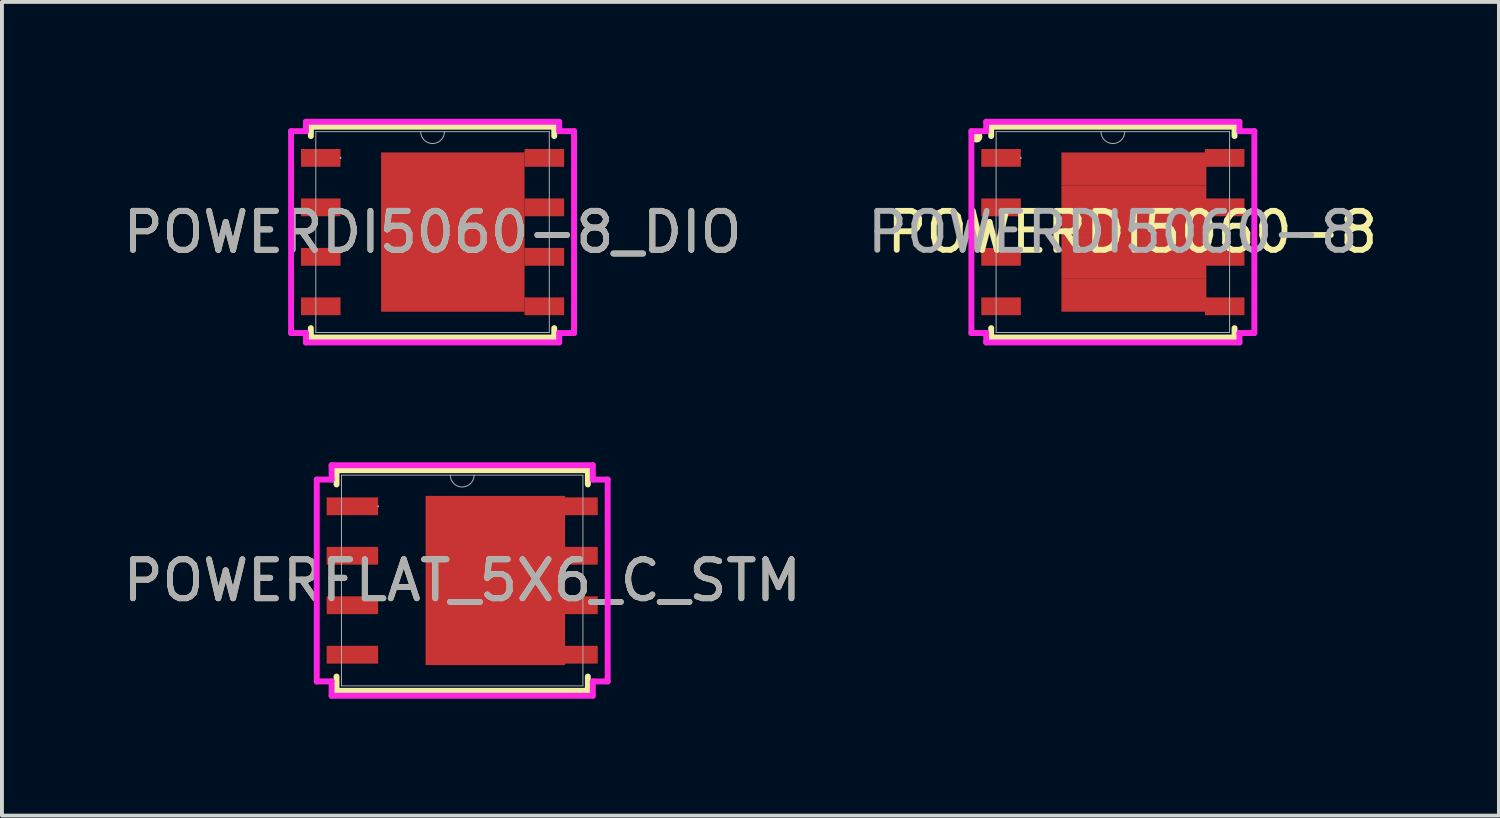
<source format=kicad_pcb>
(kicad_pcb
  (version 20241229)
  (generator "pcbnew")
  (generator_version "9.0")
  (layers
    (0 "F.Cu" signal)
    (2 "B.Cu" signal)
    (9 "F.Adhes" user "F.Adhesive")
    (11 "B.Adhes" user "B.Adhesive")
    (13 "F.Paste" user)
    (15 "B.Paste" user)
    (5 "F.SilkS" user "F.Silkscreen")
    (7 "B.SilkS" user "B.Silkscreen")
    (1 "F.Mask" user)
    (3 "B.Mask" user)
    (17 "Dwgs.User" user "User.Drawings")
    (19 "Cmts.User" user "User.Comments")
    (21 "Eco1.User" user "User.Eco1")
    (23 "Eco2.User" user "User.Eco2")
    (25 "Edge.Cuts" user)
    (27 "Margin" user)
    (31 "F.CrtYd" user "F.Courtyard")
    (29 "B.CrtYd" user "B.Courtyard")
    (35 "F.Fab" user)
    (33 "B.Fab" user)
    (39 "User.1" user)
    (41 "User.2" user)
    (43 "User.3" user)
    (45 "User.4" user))
  (footprint "POWERDI5060-8"
    (layer "F.Cu")
    (at 25.518 2.908)
    (property "Reference" "POWERDI5060-8" (at 0.5 0 0) (unlocked yes) (layer "F.SilkS") (effects (font (size 1 1) (thickness 0.15))))
    (attr smd)
    (fp_poly (pts (xy 2.362 -2.045) (xy -1.321 -2.045) (xy -1.321 2.045) (xy 2.362 2.045)) (stroke (width 0) (type solid)) (fill yes) (layer "F.Mask"))
    (fp_line (start -3.124 -2.705) (end -3.124 -2.466) (stroke (width 0.152) (type solid)) (layer "F.SilkS"))
    (fp_line (start -3.124 2.466) (end -3.124 2.705) (stroke (width 0.152) (type solid)) (layer "F.SilkS"))
    (fp_line (start -3.124 2.705) (end 3.124 2.705) (stroke (width 0.152) (type solid)) (layer "F.SilkS"))
    (fp_line (start 3.124 -2.705) (end -3.124 -2.705) (stroke (width 0.152) (type solid)) (layer "F.SilkS"))
    (fp_line (start 3.124 -2.466) (end 3.124 -2.705) (stroke (width 0.152) (type solid)) (layer "F.SilkS"))
    (fp_line (start 3.124 2.705) (end 3.124 2.466) (stroke (width 0.152) (type solid)) (layer "F.SilkS"))
    (fp_circle (center -3.5 -2.45) (end -3.5 -2.35) (stroke (width 0.1) (type solid)) (fill yes) (layer "F.SilkS"))
    (fp_poly (pts (xy 2.362 -2.045) (xy -1.321 -2.045) (xy -1.321 2.045) (xy 2.362 2.045)) (stroke (width 0) (type solid)) (fill yes) (layer "F.Paste"))
    (fp_line (start -3.632 -2.591) (end -3.251 -2.591) (stroke (width 0.152) (type solid)) (layer "F.CrtYd"))
    (fp_line (start -3.632 2.591) (end -3.632 -2.591) (stroke (width 0.152) (type solid)) (layer "F.CrtYd"))
    (fp_line (start -3.632 2.591) (end -3.251 2.591) (stroke (width 0.152) (type solid)) (layer "F.CrtYd"))
    (fp_line (start -3.251 -2.832) (end 3.251 -2.832) (stroke (width 0.152) (type solid)) (layer "F.CrtYd"))
    (fp_line (start -3.251 -2.591) (end -3.251 -2.832) (stroke (width 0.152) (type solid)) (layer "F.CrtYd"))
    (fp_line (start -3.251 2.832) (end -3.251 2.591) (stroke (width 0.152) (type solid)) (layer "F.CrtYd"))
    (fp_line (start 3.251 -2.832) (end 3.251 -2.591) (stroke (width 0.152) (type solid)) (layer "F.CrtYd"))
    (fp_line (start 3.251 2.591) (end 3.251 2.832) (stroke (width 0.152) (type solid)) (layer "F.CrtYd"))
    (fp_line (start 3.251 2.832) (end -3.251 2.832) (stroke (width 0.152) (type solid)) (layer "F.CrtYd"))
    (fp_line (start 3.632 -2.591) (end 3.251 -2.591) (stroke (width 0.152) (type solid)) (layer "F.CrtYd"))
    (fp_line (start 3.632 -2.591) (end 3.632 2.591) (stroke (width 0.152) (type solid)) (layer "F.CrtYd"))
    (fp_line (start 3.632 2.591) (end 3.251 2.591) (stroke (width 0.152) (type solid)) (layer "F.CrtYd"))
    (fp_line (start -2.997 -2.578) (end -2.997 2.578) (stroke (width 0.025) (type solid)) (layer "F.Fab"))
    (fp_line (start -2.997 2.578) (end 2.997 2.578) (stroke (width 0.025) (type solid)) (layer "F.Fab"))
    (fp_line (start 2.997 -2.578) (end -2.997 -2.578) (stroke (width 0.025) (type solid)) (layer "F.Fab"))
    (fp_line (start 2.997 2.578) (end 2.997 -2.578) (stroke (width 0.025) (type solid)) (layer "F.Fab"))
    (fp_arc (start 0.3048 -2.5781) (mid 0 -2.2733) (end -0.3048 -2.5781) (stroke (width 0.0254) (type solid)) (layer "F.Fab"))
    (fp_circle (center -2.362 -1.905) (end -2.362 -1.905) (stroke (width 0.025) (type solid)) (fill no) (layer "F.Fab"))
    (fp_text user "${REFERENCE}" (at 0 0 0) (unlocked yes) (layer "F.Fab") (effects (font (size 1 1) (thickness 0.15))))
    (pad "1" smd rect (at -2.87 -1.905) (size 1.016 0.457) (layers "F.Cu" "F.Mask" "F.Paste"))
    (pad "2" smd rect (at -2.87 -0.635) (size 1.016 0.457) (layers "F.Cu" "F.Mask" "F.Paste"))
    (pad "3" smd rect (at -2.87 0.635) (size 1.016 0.457) (layers "F.Cu" "F.Mask" "F.Paste"))
    (pad "4" smd rect (at -2.87 1.905) (size 1.016 0.457) (layers "F.Cu" "F.Mask" "F.Paste"))
    (pad "5" smd rect (at 0.54 -1.622) (size 3.721 0.845) (layers "F.Cu" "F.Mask" "F.Paste"))
    (pad "5" smd rect (at 0.54 -0.575) (size 3.721 1.25) (layers "F.Cu" "F.Mask" "F.Paste"))
    (pad "5" smd rect (at 0.54 0.625) (size 3.721 1.15) (layers "F.Cu" "F.Mask" "F.Paste"))
    (pad "5" smd rect (at 0.54 1.622) (size 3.721 0.845) (layers "F.Cu" "F.Mask" "F.Paste"))
    (pad "5" smd rect (at 2.87 -1.905) (size 1.016 0.457) (layers "F.Cu" "F.Mask" "F.Paste"))
    (pad "5" smd rect (at 2.87 -0.635) (size 1.016 0.457) (layers "F.Cu" "F.Mask" "F.Paste"))
    (pad "5" smd rect (at 2.87 0.635) (size 1.016 0.457) (layers "F.Cu" "F.Mask" "F.Paste"))
    (pad "5" smd rect (at 2.87 1.905) (size 1.016 0.457) (layers "F.Cu" "F.Mask" "F.Paste")))
  (footprint "POWERFLAT_5X6_C_STM"
    (layer "F.Cu")
    (at 8.815 11.852)
    (property "Reference" "POWERFLAT_5X6_C_STM" (at 0 0 0) (unlocked yes) (layer "F.SilkS") (effects (font (size 1 1) (thickness 0.15))))
    (attr smd)
    (fp_poly (pts (xy 2.642 -2.172) (xy -0.94 -2.172) (xy -0.94 2.172) (xy 2.642 2.172)) (stroke (width 0) (type solid)) (fill yes) (layer "F.Cu"))
    (fp_poly (pts (xy 2.642 -2.172) (xy -0.94 -2.172) (xy -0.94 2.172) (xy 2.642 2.172)) (stroke (width 0) (type solid)) (fill yes) (layer "F.Mask"))
    (fp_line (start -3.226 -2.832) (end -3.226 -2.466) (stroke (width 0.152) (type solid)) (layer "F.SilkS"))
    (fp_line (start -3.226 2.466) (end -3.226 2.832) (stroke (width 0.152) (type solid)) (layer "F.SilkS"))
    (fp_line (start -3.226 2.832) (end 3.226 2.832) (stroke (width 0.152) (type solid)) (layer "F.SilkS"))
    (fp_line (start 3.226 -2.832) (end -3.226 -2.832) (stroke (width 0.152) (type solid)) (layer "F.SilkS"))
    (fp_line (start 3.226 -2.466) (end 3.226 -2.832) (stroke (width 0.152) (type solid)) (layer "F.SilkS"))
    (fp_line (start 3.226 2.832) (end 3.226 2.466) (stroke (width 0.152) (type solid)) (layer "F.SilkS"))
    (fp_poly (pts (xy 2.642 -2.172) (xy -0.94 -2.172) (xy -0.94 2.172) (xy 2.642 2.172)) (stroke (width 0) (type solid)) (fill yes) (layer "F.Paste"))
    (fp_line (start -3.734 -2.591) (end -3.353 -2.591) (stroke (width 0.152) (type solid)) (layer "F.CrtYd"))
    (fp_line (start -3.734 2.591) (end -3.734 -2.591) (stroke (width 0.152) (type solid)) (layer "F.CrtYd"))
    (fp_line (start -3.734 2.591) (end -3.353 2.591) (stroke (width 0.152) (type solid)) (layer "F.CrtYd"))
    (fp_line (start -3.353 -2.959) (end 3.353 -2.959) (stroke (width 0.152) (type solid)) (layer "F.CrtYd"))
    (fp_line (start -3.353 -2.591) (end -3.353 -2.959) (stroke (width 0.152) (type solid)) (layer "F.CrtYd"))
    (fp_line (start -3.353 2.959) (end -3.353 2.591) (stroke (width 0.152) (type solid)) (layer "F.CrtYd"))
    (fp_line (start 3.353 -2.959) (end 3.353 -2.591) (stroke (width 0.152) (type solid)) (layer "F.CrtYd"))
    (fp_line (start 3.353 2.591) (end 3.353 2.959) (stroke (width 0.152) (type solid)) (layer "F.CrtYd"))
    (fp_line (start 3.353 2.959) (end -3.353 2.959) (stroke (width 0.152) (type solid)) (layer "F.CrtYd"))
    (fp_line (start 3.734 -2.591) (end 3.353 -2.591) (stroke (width 0.152) (type solid)) (layer "F.CrtYd"))
    (fp_line (start 3.734 -2.591) (end 3.734 2.591) (stroke (width 0.152) (type solid)) (layer "F.CrtYd"))
    (fp_line (start 3.734 2.591) (end 3.353 2.591) (stroke (width 0.152) (type solid)) (layer "F.CrtYd"))
    (fp_line (start -3.099 -2.705) (end -3.099 2.705) (stroke (width 0.025) (type solid)) (layer "F.Fab"))
    (fp_line (start -3.099 2.705) (end 3.099 2.705) (stroke (width 0.025) (type solid)) (layer "F.Fab"))
    (fp_line (start 3.099 -2.705) (end -3.099 -2.705) (stroke (width 0.025) (type solid)) (layer "F.Fab"))
    (fp_line (start 3.099 2.705) (end 3.099 -2.705) (stroke (width 0.025) (type solid)) (layer "F.Fab"))
    (fp_arc (start 0.3048 -2.7051) (mid 0 -2.4003) (end -0.3048 -2.7051) (stroke (width 0.0254) (type solid)) (layer "F.Fab"))
    (fp_circle (center -2.159 -1.905) (end -2.159 -1.905) (stroke (width 0.025) (type solid)) (fill no) (layer "F.Fab"))
    (fp_text user "${REFERENCE}" (at 0 0 0) (unlocked yes) (layer "F.Fab") (effects (font (size 1 1) (thickness 0.15))))
    (pad "1" smd rect (at -2.819 -1.905) (size 1.321 0.457) (layers "F.Cu" "F.Mask" "F.Paste"))
    (pad "2" smd rect (at -2.819 -0.635) (size 1.321 0.457) (layers "F.Cu" "F.Mask" "F.Paste"))
    (pad "3" smd rect (at -2.819 0.635) (size 1.321 0.457) (layers "F.Cu" "F.Mask" "F.Paste"))
    (pad "4" smd rect (at -2.819 1.905) (size 1.321 0.457) (layers "F.Cu" "F.Mask" "F.Paste"))
    (pad "5" smd rect (at 2.819 1.905) (size 1.321 0.457) (layers "F.Cu" "F.Mask" "F.Paste"))
    (pad "6" smd rect (at 2.819 0.635) (size 1.321 0.457) (layers "F.Cu" "F.Mask" "F.Paste"))
    (pad "7" smd rect (at 2.819 -0.635) (size 1.321 0.457) (layers "F.Cu" "F.Mask" "F.Paste"))
    (pad "8" smd rect (at 2.819 -1.905) (size 1.321 0.457) (layers "F.Cu" "F.Mask" "F.Paste")))
  (footprint "POWERDI5060-8_DIO"
    (layer "F.Cu")
    (at 8.054 2.908)
    (property "Reference" "POWERDI5060-8_DIO" (at 0 0 0) (unlocked yes) (layer "F.SilkS") (effects (font (size 1 1) (thickness 0.15))))
    (attr smd)
    (fp_poly (pts (xy 2.362 -2.045) (xy -1.321 -2.045) (xy -1.321 2.045) (xy 2.362 2.045)) (stroke (width 0) (type solid)) (fill yes) (layer "F.Cu"))
    (fp_poly (pts (xy 2.362 -2.045) (xy -1.321 -2.045) (xy -1.321 2.045) (xy 2.362 2.045)) (stroke (width 0) (type solid)) (fill yes) (layer "F.Mask"))
    (fp_line (start -3.124 -2.705) (end -3.124 -2.466) (stroke (width 0.152) (type solid)) (layer "F.SilkS"))
    (fp_line (start -3.124 2.466) (end -3.124 2.705) (stroke (width 0.152) (type solid)) (layer "F.SilkS"))
    (fp_line (start -3.124 2.705) (end 3.124 2.705) (stroke (width 0.152) (type solid)) (layer "F.SilkS"))
    (fp_line (start 3.124 -2.705) (end -3.124 -2.705) (stroke (width 0.152) (type solid)) (layer "F.SilkS"))
    (fp_line (start 3.124 -2.466) (end 3.124 -2.705) (stroke (width 0.152) (type solid)) (layer "F.SilkS"))
    (fp_line (start 3.124 2.705) (end 3.124 2.466) (stroke (width 0.152) (type solid)) (layer "F.SilkS"))
    (fp_poly (pts (xy 2.362 -2.045) (xy -1.321 -2.045) (xy -1.321 2.045) (xy 2.362 2.045)) (stroke (width 0) (type solid)) (fill yes) (layer "F.Paste"))
    (fp_line (start -3.632 -2.591) (end -3.251 -2.591) (stroke (width 0.152) (type solid)) (layer "F.CrtYd"))
    (fp_line (start -3.632 2.591) (end -3.632 -2.591) (stroke (width 0.152) (type solid)) (layer "F.CrtYd"))
    (fp_line (start -3.632 2.591) (end -3.251 2.591) (stroke (width 0.152) (type solid)) (layer "F.CrtYd"))
    (fp_line (start -3.251 -2.832) (end 3.251 -2.832) (stroke (width 0.152) (type solid)) (layer "F.CrtYd"))
    (fp_line (start -3.251 -2.591) (end -3.251 -2.832) (stroke (width 0.152) (type solid)) (layer "F.CrtYd"))
    (fp_line (start -3.251 2.832) (end -3.251 2.591) (stroke (width 0.152) (type solid)) (layer "F.CrtYd"))
    (fp_line (start 3.251 -2.832) (end 3.251 -2.591) (stroke (width 0.152) (type solid)) (layer "F.CrtYd"))
    (fp_line (start 3.251 2.591) (end 3.251 2.832) (stroke (width 0.152) (type solid)) (layer "F.CrtYd"))
    (fp_line (start 3.251 2.832) (end -3.251 2.832) (stroke (width 0.152) (type solid)) (layer "F.CrtYd"))
    (fp_line (start 3.632 -2.591) (end 3.251 -2.591) (stroke (width 0.152) (type solid)) (layer "F.CrtYd"))
    (fp_line (start 3.632 -2.591) (end 3.632 2.591) (stroke (width 0.152) (type solid)) (layer "F.CrtYd"))
    (fp_line (start 3.632 2.591) (end 3.251 2.591) (stroke (width 0.152) (type solid)) (layer "F.CrtYd"))
    (fp_line (start -2.997 -2.578) (end -2.997 2.578) (stroke (width 0.025) (type solid)) (layer "F.Fab"))
    (fp_line (start -2.997 2.578) (end 2.997 2.578) (stroke (width 0.025) (type solid)) (layer "F.Fab"))
    (fp_line (start 2.997 -2.578) (end -2.997 -2.578) (stroke (width 0.025) (type solid)) (layer "F.Fab"))
    (fp_line (start 2.997 2.578) (end 2.997 -2.578) (stroke (width 0.025) (type solid)) (layer "F.Fab"))
    (fp_arc (start 0.3048 -2.5781) (mid 0 -2.2733) (end -0.3048 -2.5781) (stroke (width 0.0254) (type solid)) (layer "F.Fab"))
    (fp_circle (center -2.362 -1.905) (end -2.362 -1.905) (stroke (width 0.025) (type solid)) (fill no) (layer "F.Fab"))
    (fp_text user "${REFERENCE}" (at 0 0 0) (unlocked yes) (layer "F.Fab") (effects (font (size 1 1) (thickness 0.15))))
    (pad "1" smd rect (at -2.87 -1.905) (size 1.016 0.457) (layers "F.Cu" "F.Mask" "F.Paste"))
    (pad "2" smd rect (at -2.87 -0.635) (size 1.016 0.457) (layers "F.Cu" "F.Mask" "F.Paste"))
    (pad "3" smd rect (at -2.87 0.635) (size 1.016 0.457) (layers "F.Cu" "F.Mask" "F.Paste"))
    (pad "4" smd rect (at -2.87 1.905) (size 1.016 0.457) (layers "F.Cu" "F.Mask" "F.Paste"))
    (pad "5" smd rect (at 2.87 1.905) (size 1.016 0.457) (layers "F.Cu" "F.Mask" "F.Paste"))
    (pad "6" smd rect (at 2.87 0.635) (size 1.016 0.457) (layers "F.Cu" "F.Mask" "F.Paste"))
    (pad "7" smd rect (at 2.87 -0.635) (size 1.016 0.457) (layers "F.Cu" "F.Mask" "F.Paste"))
    (pad "8" smd rect (at 2.87 -1.905) (size 1.016 0.457) (layers "F.Cu" "F.Mask" "F.Paste")))
  (gr_rect
    (start -3 -3)
    (end 35.429 17.887)
    (stroke (width 0.1) (type default))
    (fill no)
    (layer "Edge.Cuts")))
</source>
